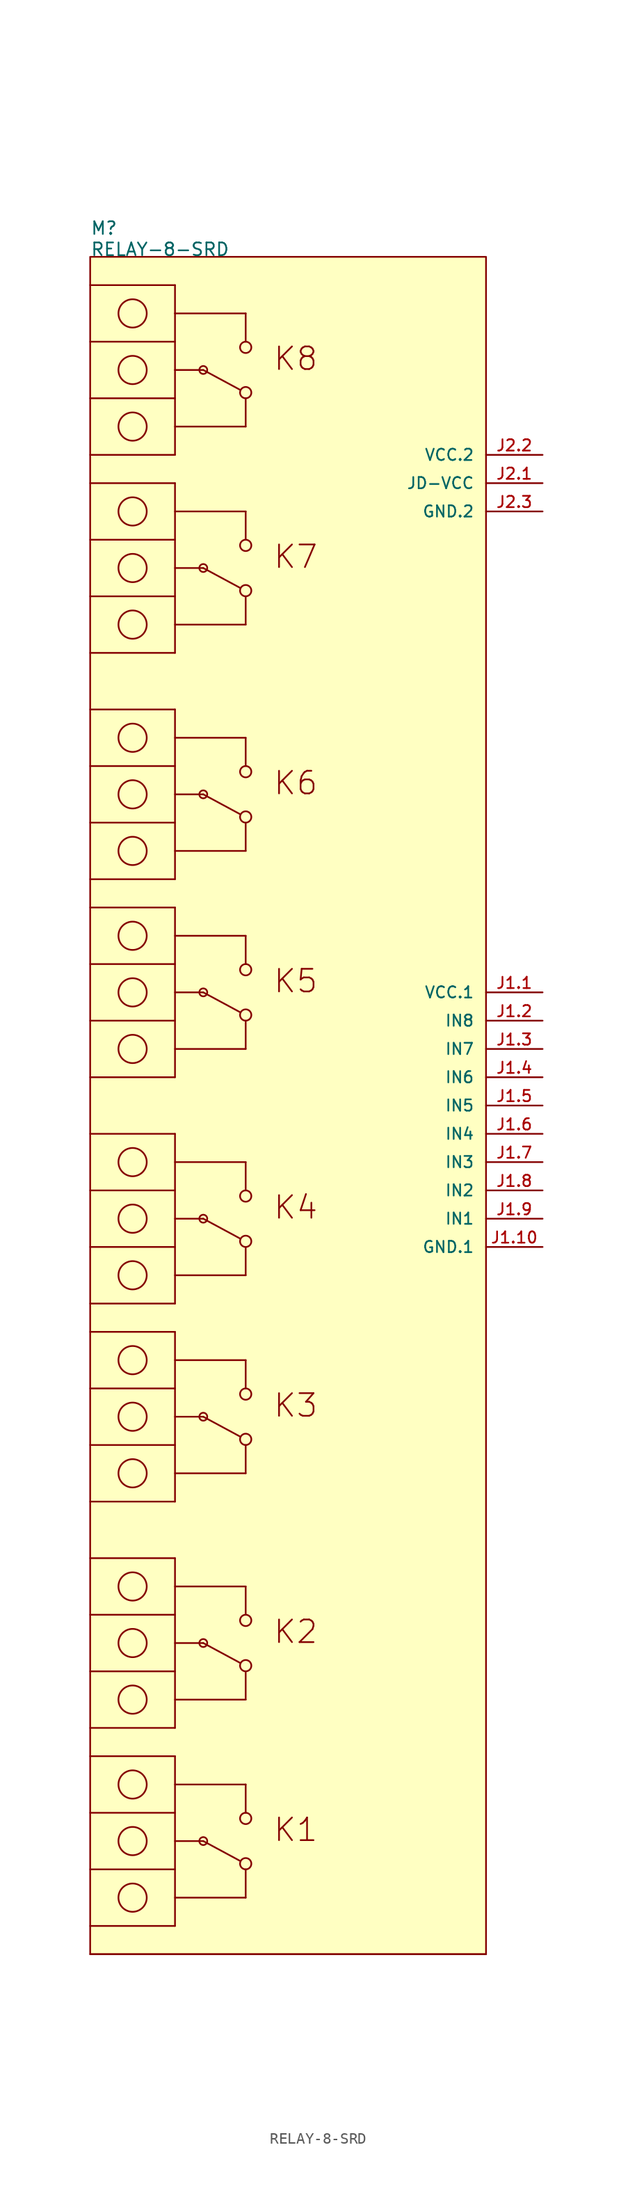
<source format=kicad_sym>
(kicad_symbol_lib
  (version 20211014)
  (generator kicad_symbol_editor)
  (symbol "RELAY-8-SRD"
    (pin_names
      (offset 1.016))
    (property "Reference" "M"
      (at -17.78 78.105 0)
      (effects (font (size 1.143 1.143)) (justify left bottom)))
    (property "Value" "RELAY-8-SRD"
      (at -17.78 76.2 0)
      (effects (font (size 1.143 1.143)) (justify left bottom)))
    (property "ki_locked" ""
      (at 0 0 0)
      (effects (font (size 1.27 1.27))))
    (symbol "RELAY-8-SRD_1_0"
      (polyline (pts (xy -17.78 -73.66) (xy -10.16 -73.66)) (stroke (width 0) (type default) (color 0 0 0 0)) (fill (type none)))
      (polyline (pts (xy -17.78 -55.88) (xy -10.16 -55.88)) (stroke (width 0) (type default) (color 0 0 0 0)) (fill (type none)))
      (polyline (pts (xy -17.78 -35.56) (xy -10.16 -35.56)) (stroke (width 0) (type default) (color 0 0 0 0)) (fill (type none)))
      (polyline (pts (xy -17.78 -17.78) (xy -10.16 -17.78)) (stroke (width 0) (type default) (color 0 0 0 0)) (fill (type none)))
      (polyline (pts (xy -17.78 2.54) (xy -10.16 2.54)) (stroke (width 0) (type default) (color 0 0 0 0)) (fill (type none)))
      (polyline (pts (xy -17.78 20.32) (xy -10.16 20.32)) (stroke (width 0) (type default) (color 0 0 0 0)) (fill (type none)))
      (polyline (pts (xy -17.78 40.64) (xy -10.16 40.64)) (stroke (width 0) (type default) (color 0 0 0 0)) (fill (type none)))
      (polyline (pts (xy -17.78 63.5) (xy -10.16 63.5)) (stroke (width 0) (type default) (color 0 0 0 0)) (fill (type none)))
      (polyline (pts (xy -17.78 68.58) (xy -10.16 68.58)) (stroke (width 0) (type default) (color 0 0 0 0)) (fill (type none)))
      (polyline (pts (xy -17.78 73.66) (xy -10.16 73.66)) (stroke (width 0) (type default) (color 0 0 0 0)) (fill (type none)))
      (polyline (pts (xy -10.16 -73.66) (xy -10.16 -68.58)) (stroke (width 0) (type default) (color 0 0 0 0)) (fill (type none)))
      (polyline (pts (xy -10.16 -71.12) (xy -3.81 -71.12)) (stroke (width 0) (type default) (color 0 0 0 0)) (fill (type none)))
      (polyline (pts (xy -10.16 -68.58) (xy -17.78 -68.58)) (stroke (width 0) (type default) (color 0 0 0 0)) (fill (type none)))
      (polyline (pts (xy -10.16 -68.58) (xy -10.16 -63.5)) (stroke (width 0) (type default) (color 0 0 0 0)) (fill (type none)))
      (polyline (pts (xy -10.16 -66.04) (xy -7.62 -66.04)) (stroke (width 0) (type default) (color 0 0 0 0)) (fill (type none)))
      (polyline (pts (xy -10.16 -63.5) (xy -17.78 -63.5)) (stroke (width 0) (type default) (color 0 0 0 0)) (fill (type none)))
      (polyline (pts (xy -10.16 -63.5) (xy -10.16 -58.42)) (stroke (width 0) (type default) (color 0 0 0 0)) (fill (type none)))
      (polyline (pts (xy -10.16 -60.96) (xy -3.81 -60.96)) (stroke (width 0) (type default) (color 0 0 0 0)) (fill (type none)))
      (polyline (pts (xy -10.16 -58.42) (xy -17.78 -58.42)) (stroke (width 0) (type default) (color 0 0 0 0)) (fill (type none)))
      (polyline (pts (xy -10.16 -55.88) (xy -10.16 -50.8)) (stroke (width 0) (type default) (color 0 0 0 0)) (fill (type none)))
      (polyline (pts (xy -10.16 -53.34) (xy -3.81 -53.34)) (stroke (width 0) (type default) (color 0 0 0 0)) (fill (type none)))
      (polyline (pts (xy -10.16 -50.8) (xy -17.78 -50.8)) (stroke (width 0) (type default) (color 0 0 0 0)) (fill (type none)))
      (polyline (pts (xy -10.16 -50.8) (xy -10.16 -45.72)) (stroke (width 0) (type default) (color 0 0 0 0)) (fill (type none)))
      (polyline (pts (xy -10.16 -48.26) (xy -7.62 -48.26)) (stroke (width 0) (type default) (color 0 0 0 0)) (fill (type none)))
      (polyline (pts (xy -10.16 -45.72) (xy -17.78 -45.72)) (stroke (width 0) (type default) (color 0 0 0 0)) (fill (type none)))
      (polyline (pts (xy -10.16 -45.72) (xy -10.16 -40.64)) (stroke (width 0) (type default) (color 0 0 0 0)) (fill (type none)))
      (polyline (pts (xy -10.16 -43.18) (xy -3.81 -43.18)) (stroke (width 0) (type default) (color 0 0 0 0)) (fill (type none)))
      (polyline (pts (xy -10.16 -40.64) (xy -17.78 -40.64)) (stroke (width 0) (type default) (color 0 0 0 0)) (fill (type none)))
      (polyline (pts (xy -10.16 -35.56) (xy -10.16 -30.48)) (stroke (width 0) (type default) (color 0 0 0 0)) (fill (type none)))
      (polyline (pts (xy -10.16 -33.02) (xy -3.81 -33.02)) (stroke (width 0) (type default) (color 0 0 0 0)) (fill (type none)))
      (polyline (pts (xy -10.16 -30.48) (xy -17.78 -30.48)) (stroke (width 0) (type default) (color 0 0 0 0)) (fill (type none)))
      (polyline (pts (xy -10.16 -30.48) (xy -10.16 -25.4)) (stroke (width 0) (type default) (color 0 0 0 0)) (fill (type none)))
      (polyline (pts (xy -10.16 -27.94) (xy -7.62 -27.94)) (stroke (width 0) (type default) (color 0 0 0 0)) (fill (type none)))
      (polyline (pts (xy -10.16 -25.4) (xy -17.78 -25.4)) (stroke (width 0) (type default) (color 0 0 0 0)) (fill (type none)))
      (polyline (pts (xy -10.16 -25.4) (xy -10.16 -20.32)) (stroke (width 0) (type default) (color 0 0 0 0)) (fill (type none)))
      (polyline (pts (xy -10.16 -22.86) (xy -3.81 -22.86)) (stroke (width 0) (type default) (color 0 0 0 0)) (fill (type none)))
      (polyline (pts (xy -10.16 -20.32) (xy -17.78 -20.32)) (stroke (width 0) (type default) (color 0 0 0 0)) (fill (type none)))
      (polyline (pts (xy -10.16 -17.78) (xy -10.16 -12.7)) (stroke (width 0) (type default) (color 0 0 0 0)) (fill (type none)))
      (polyline (pts (xy -10.16 -15.24) (xy -3.81 -15.24)) (stroke (width 0) (type default) (color 0 0 0 0)) (fill (type none)))
      (polyline (pts (xy -10.16 -12.7) (xy -17.78 -12.7)) (stroke (width 0) (type default) (color 0 0 0 0)) (fill (type none)))
      (polyline (pts (xy -10.16 -12.7) (xy -10.16 -7.62)) (stroke (width 0) (type default) (color 0 0 0 0)) (fill (type none)))
      (polyline (pts (xy -10.16 -10.16) (xy -7.62 -10.16)) (stroke (width 0) (type default) (color 0 0 0 0)) (fill (type none)))
      (polyline (pts (xy -10.16 -7.62) (xy -17.78 -7.62)) (stroke (width 0) (type default) (color 0 0 0 0)) (fill (type none)))
      (polyline (pts (xy -10.16 -7.62) (xy -10.16 -2.54)) (stroke (width 0) (type default) (color 0 0 0 0)) (fill (type none)))
      (polyline (pts (xy -10.16 -5.08) (xy -3.81 -5.08)) (stroke (width 0) (type default) (color 0 0 0 0)) (fill (type none)))
      (polyline (pts (xy -10.16 -2.54) (xy -17.78 -2.54)) (stroke (width 0) (type default) (color 0 0 0 0)) (fill (type none)))
      (polyline (pts (xy -10.16 2.54) (xy -10.16 7.62)) (stroke (width 0) (type default) (color 0 0 0 0)) (fill (type none)))
      (polyline (pts (xy -10.16 5.08) (xy -3.81 5.08)) (stroke (width 0) (type default) (color 0 0 0 0)) (fill (type none)))
      (polyline (pts (xy -10.16 7.62) (xy -17.78 7.62)) (stroke (width 0) (type default) (color 0 0 0 0)) (fill (type none)))
      (polyline (pts (xy -10.16 7.62) (xy -10.16 12.7)) (stroke (width 0) (type default) (color 0 0 0 0)) (fill (type none)))
      (polyline (pts (xy -10.16 10.16) (xy -7.62 10.16)) (stroke (width 0) (type default) (color 0 0 0 0)) (fill (type none)))
      (polyline (pts (xy -10.16 12.7) (xy -17.78 12.7)) (stroke (width 0) (type default) (color 0 0 0 0)) (fill (type none)))
      (polyline (pts (xy -10.16 12.7) (xy -10.16 17.78)) (stroke (width 0) (type default) (color 0 0 0 0)) (fill (type none)))
      (polyline (pts (xy -10.16 15.24) (xy -3.81 15.24)) (stroke (width 0) (type default) (color 0 0 0 0)) (fill (type none)))
      (polyline (pts (xy -10.16 17.78) (xy -17.78 17.78)) (stroke (width 0) (type default) (color 0 0 0 0)) (fill (type none)))
      (polyline (pts (xy -10.16 20.32) (xy -10.16 25.4)) (stroke (width 0) (type default) (color 0 0 0 0)) (fill (type none)))
      (polyline (pts (xy -10.16 22.86) (xy -3.81 22.86)) (stroke (width 0) (type default) (color 0 0 0 0)) (fill (type none)))
      (polyline (pts (xy -10.16 25.4) (xy -17.78 25.4)) (stroke (width 0) (type default) (color 0 0 0 0)) (fill (type none)))
      (polyline (pts (xy -10.16 25.4) (xy -10.16 30.48)) (stroke (width 0) (type default) (color 0 0 0 0)) (fill (type none)))
      (polyline (pts (xy -10.16 27.94) (xy -7.62 27.94)) (stroke (width 0) (type default) (color 0 0 0 0)) (fill (type none)))
      (polyline (pts (xy -10.16 30.48) (xy -17.78 30.48)) (stroke (width 0) (type default) (color 0 0 0 0)) (fill (type none)))
      (polyline (pts (xy -10.16 30.48) (xy -10.16 35.56)) (stroke (width 0) (type default) (color 0 0 0 0)) (fill (type none)))
      (polyline (pts (xy -10.16 33.02) (xy -3.81 33.02)) (stroke (width 0) (type default) (color 0 0 0 0)) (fill (type none)))
      (polyline (pts (xy -10.16 35.56) (xy -17.78 35.56)) (stroke (width 0) (type default) (color 0 0 0 0)) (fill (type none)))
      (polyline (pts (xy -10.16 40.64) (xy -10.16 45.72)) (stroke (width 0) (type default) (color 0 0 0 0)) (fill (type none)))
      (polyline (pts (xy -10.16 43.18) (xy -3.81 43.18)) (stroke (width 0) (type default) (color 0 0 0 0)) (fill (type none)))
      (polyline (pts (xy -10.16 45.72) (xy -17.78 45.72)) (stroke (width 0) (type default) (color 0 0 0 0)) (fill (type none)))
      (polyline (pts (xy -10.16 45.72) (xy -10.16 50.8)) (stroke (width 0) (type default) (color 0 0 0 0)) (fill (type none)))
      (polyline (pts (xy -10.16 48.26) (xy -7.62 48.26)) (stroke (width 0) (type default) (color 0 0 0 0)) (fill (type none)))
      (polyline (pts (xy -10.16 50.8) (xy -17.78 50.8)) (stroke (width 0) (type default) (color 0 0 0 0)) (fill (type none)))
      (polyline (pts (xy -10.16 50.8) (xy -10.16 55.88)) (stroke (width 0) (type default) (color 0 0 0 0)) (fill (type none)))
      (polyline (pts (xy -10.16 53.34) (xy -3.81 53.34)) (stroke (width 0) (type default) (color 0 0 0 0)) (fill (type none)))
      (polyline (pts (xy -10.16 55.88) (xy -17.78 55.88)) (stroke (width 0) (type default) (color 0 0 0 0)) (fill (type none)))
      (polyline (pts (xy -10.16 58.42) (xy -17.78 58.42)) (stroke (width 0) (type default) (color 0 0 0 0)) (fill (type none)))
      (polyline (pts (xy -10.16 60.96) (xy -3.81 60.96)) (stroke (width 0) (type default) (color 0 0 0 0)) (fill (type none)))
      (polyline (pts (xy -10.16 63.5) (xy -10.16 58.42)) (stroke (width 0) (type default) (color 0 0 0 0)) (fill (type none)))
      (polyline (pts (xy -10.16 66.04) (xy -10.16 63.5)) (stroke (width 0) (type default) (color 0 0 0 0)) (fill (type none)))
      (polyline (pts (xy -10.16 66.04) (xy -7.62 66.04)) (stroke (width 0) (type default) (color 0 0 0 0)) (fill (type none)))
      (polyline (pts (xy -10.16 68.58) (xy -10.16 66.04)) (stroke (width 0) (type default) (color 0 0 0 0)) (fill (type none)))
      (polyline (pts (xy -10.16 71.12) (xy -10.16 68.58)) (stroke (width 0) (type default) (color 0 0 0 0)) (fill (type none)))
      (polyline (pts (xy -10.16 71.12) (xy -3.81 71.12)) (stroke (width 0) (type default) (color 0 0 0 0)) (fill (type none)))
      (polyline (pts (xy -10.16 73.66) (xy -10.16 71.12)) (stroke (width 0) (type default) (color 0 0 0 0)) (fill (type none)))
      (polyline (pts (xy -7.62 -66.04) (xy -4.318 -67.818)) (stroke (width 0) (type default) (color 0 0 0 0)) (fill (type none)))
      (polyline (pts (xy -7.62 -48.26) (xy -4.318 -50.038)) (stroke (width 0) (type default) (color 0 0 0 0)) (fill (type none)))
      (polyline (pts (xy -7.62 -27.94) (xy -4.318 -29.718)) (stroke (width 0) (type default) (color 0 0 0 0)) (fill (type none)))
      (polyline (pts (xy -7.62 -10.16) (xy -4.318 -11.938)) (stroke (width 0) (type default) (color 0 0 0 0)) (fill (type none)))
      (polyline (pts (xy -7.62 10.16) (xy -4.318 8.382)) (stroke (width 0) (type default) (color 0 0 0 0)) (fill (type none)))
      (polyline (pts (xy -7.62 27.94) (xy -4.318 26.162)) (stroke (width 0) (type default) (color 0 0 0 0)) (fill (type none)))
      (polyline (pts (xy -7.62 48.26) (xy -4.318 46.482)) (stroke (width 0) (type default) (color 0 0 0 0)) (fill (type none)))
      (polyline (pts (xy -7.62 66.04) (xy -4.318 64.262)) (stroke (width 0) (type default) (color 0 0 0 0)) (fill (type none)))
      (polyline (pts (xy -3.81 -71.12) (xy -3.81 -68.58)) (stroke (width 0) (type default) (color 0 0 0 0)) (fill (type none)))
      (polyline (pts (xy -3.81 -60.96) (xy -3.81 -63.5)) (stroke (width 0) (type default) (color 0 0 0 0)) (fill (type none)))
      (polyline (pts (xy -3.81 -53.34) (xy -3.81 -50.8)) (stroke (width 0) (type default) (color 0 0 0 0)) (fill (type none)))
      (polyline (pts (xy -3.81 -43.18) (xy -3.81 -45.72)) (stroke (width 0) (type default) (color 0 0 0 0)) (fill (type none)))
      (polyline (pts (xy -3.81 -33.02) (xy -3.81 -30.48)) (stroke (width 0) (type default) (color 0 0 0 0)) (fill (type none)))
      (polyline (pts (xy -3.81 -22.86) (xy -3.81 -25.4)) (stroke (width 0) (type default) (color 0 0 0 0)) (fill (type none)))
      (polyline (pts (xy -3.81 -15.24) (xy -3.81 -12.7)) (stroke (width 0) (type default) (color 0 0 0 0)) (fill (type none)))
      (polyline (pts (xy -3.81 -5.08) (xy -3.81 -7.62)) (stroke (width 0) (type default) (color 0 0 0 0)) (fill (type none)))
      (polyline (pts (xy -3.81 5.08) (xy -3.81 7.62)) (stroke (width 0) (type default) (color 0 0 0 0)) (fill (type none)))
      (polyline (pts (xy -3.81 15.24) (xy -3.81 12.7)) (stroke (width 0) (type default) (color 0 0 0 0)) (fill (type none)))
      (polyline (pts (xy -3.81 22.86) (xy -3.81 25.4)) (stroke (width 0) (type default) (color 0 0 0 0)) (fill (type none)))
      (polyline (pts (xy -3.81 33.02) (xy -3.81 30.48)) (stroke (width 0) (type default) (color 0 0 0 0)) (fill (type none)))
      (polyline (pts (xy -3.81 43.18) (xy -3.81 45.72)) (stroke (width 0) (type default) (color 0 0 0 0)) (fill (type none)))
      (polyline (pts (xy -3.81 53.34) (xy -3.81 50.8)) (stroke (width 0) (type default) (color 0 0 0 0)) (fill (type none)))
      (polyline (pts (xy -3.81 60.96) (xy -3.81 63.5)) (stroke (width 0) (type default) (color 0 0 0 0)) (fill (type none)))
      (polyline (pts (xy -3.81 71.12) (xy -3.81 68.58)) (stroke (width 0) (type default) (color 0 0 0 0)) (fill (type none)))
      (polyline (pts (xy 17.78 -76.2) (xy -17.78 -76.2)) (stroke (width 0) (type default) (color 0 0 0 0)) (fill (type none)))
      (text "K1" (at 0.686 -65.024 0) (effects (font (size 2.032 2.032))))
      (text "K2" (at 0.686 -47.244 0) (effects (font (size 2.032 2.032))))
      (text "K3" (at 0.686 -26.924 0) (effects (font (size 2.032 2.032))))
      (text "K4" (at 0.686 -9.144 0) (effects (font (size 2.032 2.032))))
      (text "K5" (at 0.686 11.176 0) (effects (font (size 2.032 2.032))))
      (text "K6" (at 0.686 28.956 0) (effects (font (size 2.032 2.032))))
      (text "K7" (at 0.686 49.276 0) (effects (font (size 2.032 2.032))))
      (text "K8" (at 0.686 67.056 0) (effects (font (size 2.032 2.032)))))
    (symbol "RELAY-8-SRD_1_1"
      (rectangle (start -17.78 76.2) (end 17.78 -76.2) (stroke (width 0) (type default) (color 0 0 0 0)) (fill (type background)))
      (circle (center -13.97 -71.12) (radius 1.27) (stroke (width 0) (type default) (color 0 0 0 0)) (fill (type none)))
      (circle (center -13.97 -66.04) (radius 1.27) (stroke (width 0) (type default) (color 0 0 0 0)) (fill (type none)))
      (circle (center -13.97 -60.96) (radius 1.27) (stroke (width 0) (type default) (color 0 0 0 0)) (fill (type none)))
      (circle (center -13.97 -53.34) (radius 1.27) (stroke (width 0) (type default) (color 0 0 0 0)) (fill (type none)))
      (circle (center -13.97 -48.26) (radius 1.27) (stroke (width 0) (type default) (color 0 0 0 0)) (fill (type none)))
      (circle (center -13.97 -43.18) (radius 1.27) (stroke (width 0) (type default) (color 0 0 0 0)) (fill (type none)))
      (circle (center -13.97 -33.02) (radius 1.27) (stroke (width 0) (type default) (color 0 0 0 0)) (fill (type none)))
      (circle (center -13.97 -27.94) (radius 1.27) (stroke (width 0) (type default) (color 0 0 0 0)) (fill (type none)))
      (circle (center -13.97 -22.86) (radius 1.27) (stroke (width 0) (type default) (color 0 0 0 0)) (fill (type none)))
      (circle (center -13.97 -15.24) (radius 1.27) (stroke (width 0) (type default) (color 0 0 0 0)) (fill (type none)))
      (circle (center -13.97 -10.16) (radius 1.27) (stroke (width 0) (type default) (color 0 0 0 0)) (fill (type none)))
      (circle (center -13.97 -5.08) (radius 1.27) (stroke (width 0) (type default) (color 0 0 0 0)) (fill (type none)))
      (circle (center -13.97 5.08) (radius 1.27) (stroke (width 0) (type default) (color 0 0 0 0)) (fill (type none)))
      (circle (center -13.97 10.16) (radius 1.27) (stroke (width 0) (type default) (color 0 0 0 0)) (fill (type none)))
      (circle (center -13.97 15.24) (radius 1.27) (stroke (width 0) (type default) (color 0 0 0 0)) (fill (type none)))
      (circle (center -13.97 22.86) (radius 1.27) (stroke (width 0) (type default) (color 0 0 0 0)) (fill (type none)))
      (circle (center -13.97 27.94) (radius 1.27) (stroke (width 0) (type default) (color 0 0 0 0)) (fill (type none)))
      (circle (center -13.97 33.02) (radius 1.27) (stroke (width 0) (type default) (color 0 0 0 0)) (fill (type none)))
      (circle (center -13.97 43.18) (radius 1.27) (stroke (width 0) (type default) (color 0 0 0 0)) (fill (type none)))
      (circle (center -13.97 48.26) (radius 1.27) (stroke (width 0) (type default) (color 0 0 0 0)) (fill (type none)))
      (circle (center -13.97 53.34) (radius 1.27) (stroke (width 0) (type default) (color 0 0 0 0)) (fill (type none)))
      (circle (center -13.97 60.96) (radius 1.27) (stroke (width 0) (type default) (color 0 0 0 0)) (fill (type none)))
      (circle (center -13.97 66.04) (radius 1.27) (stroke (width 0) (type default) (color 0 0 0 0)) (fill (type none)))
      (circle (center -13.97 71.12) (radius 1.27) (stroke (width 0) (type default) (color 0 0 0 0)) (fill (type none)))
      (circle (center -7.62 -66.04) (radius 0.356) (stroke (width 0) (type default) (color 0 0 0 0)) (fill (type none)))
      (circle (center -7.62 -48.26) (radius 0.356) (stroke (width 0) (type default) (color 0 0 0 0)) (fill (type none)))
      (circle (center -7.62 -27.94) (radius 0.356) (stroke (width 0) (type default) (color 0 0 0 0)) (fill (type none)))
      (circle (center -7.62 -10.16) (radius 0.356) (stroke (width 0) (type default) (color 0 0 0 0)) (fill (type none)))
      (circle (center -7.62 10.16) (radius 0.356) (stroke (width 0) (type default) (color 0 0 0 0)) (fill (type none)))
      (circle (center -7.62 27.94) (radius 0.356) (stroke (width 0) (type default) (color 0 0 0 0)) (fill (type none)))
      (circle (center -7.62 48.26) (radius 0.356) (stroke (width 0) (type default) (color 0 0 0 0)) (fill (type none)))
      (circle (center -7.62 66.04) (radius 0.356) (stroke (width 0) (type default) (color 0 0 0 0)) (fill (type none)))
      (circle (center -3.81 -68.072) (radius 0.508) (stroke (width 0) (type default) (color 0 0 0 0)) (fill (type none)))
      (circle (center -3.81 -64.008) (radius 0.508) (stroke (width 0) (type default) (color 0 0 0 0)) (fill (type none)))
      (circle (center -3.81 -50.292) (radius 0.508) (stroke (width 0) (type default) (color 0 0 0 0)) (fill (type none)))
      (circle (center -3.81 -46.228) (radius 0.508) (stroke (width 0) (type default) (color 0 0 0 0)) (fill (type none)))
      (circle (center -3.81 -29.972) (radius 0.508) (stroke (width 0) (type default) (color 0 0 0 0)) (fill (type none)))
      (circle (center -3.81 -25.908) (radius 0.508) (stroke (width 0) (type default) (color 0 0 0 0)) (fill (type none)))
      (circle (center -3.81 -12.192) (radius 0.508) (stroke (width 0) (type default) (color 0 0 0 0)) (fill (type none)))
      (circle (center -3.81 -8.128) (radius 0.508) (stroke (width 0) (type default) (color 0 0 0 0)) (fill (type none)))
      (circle (center -3.81 8.128) (radius 0.508) (stroke (width 0) (type default) (color 0 0 0 0)) (fill (type none)))
      (circle (center -3.81 12.192) (radius 0.508) (stroke (width 0) (type default) (color 0 0 0 0)) (fill (type none)))
      (circle (center -3.81 25.908) (radius 0.508) (stroke (width 0) (type default) (color 0 0 0 0)) (fill (type none)))
      (circle (center -3.81 29.972) (radius 0.508) (stroke (width 0) (type default) (color 0 0 0 0)) (fill (type none)))
      (circle (center -3.81 46.228) (radius 0.508) (stroke (width 0) (type default) (color 0 0 0 0)) (fill (type none)))
      (circle (center -3.81 50.292) (radius 0.508) (stroke (width 0) (type default) (color 0 0 0 0)) (fill (type none)))
      (circle (center -3.81 64.008) (radius 0.508) (stroke (width 0) (type default) (color 0 0 0 0)) (fill (type none)))
      (circle (center -3.81 68.072) (radius 0.508) (stroke (width 0) (type default) (color 0 0 0 0)) (fill (type none)))
      (pin power_in line (at 22.86 10.16 180) (length 5.08) (name "VCC.1" (effects (font (size 1.016 1.016)))) (number "J1.1" (effects (font (size 1.016 1.016)))))
      (pin power_in line (at 22.86 -12.7 180) (length 5.08) (name "GND.1" (effects (font (size 1.016 1.016)))) (number "J1.10" (effects (font (size 1.016 1.016)))))
      (pin bidirectional line (at 22.86 7.62 180) (length 5.08) (name "IN8" (effects (font (size 1.016 1.016)))) (number "J1.2" (effects (font (size 1.016 1.016)))))
      (pin bidirectional line (at 22.86 5.08 180) (length 5.08) (name "IN7" (effects (font (size 1.016 1.016)))) (number "J1.3" (effects (font (size 1.016 1.016)))))
      (pin bidirectional line (at 22.86 2.54 180) (length 5.08) (name "IN6" (effects (font (size 1.016 1.016)))) (number "J1.4" (effects (font (size 1.016 1.016)))))
      (pin bidirectional line (at 22.86 0 180) (length 5.08) (name "IN5" (effects (font (size 1.016 1.016)))) (number "J1.5" (effects (font (size 1.016 1.016)))))
      (pin bidirectional line (at 22.86 -2.54 180) (length 5.08) (name "IN4" (effects (font (size 1.016 1.016)))) (number "J1.6" (effects (font (size 1.016 1.016)))))
      (pin bidirectional line (at 22.86 -5.08 180) (length 5.08) (name "IN3" (effects (font (size 1.016 1.016)))) (number "J1.7" (effects (font (size 1.016 1.016)))))
      (pin bidirectional line (at 22.86 -7.62 180) (length 5.08) (name "IN2" (effects (font (size 1.016 1.016)))) (number "J1.8" (effects (font (size 1.016 1.016)))))
      (pin bidirectional line (at 22.86 -10.16 180) (length 5.08) (name "IN1" (effects (font (size 1.016 1.016)))) (number "J1.9" (effects (font (size 1.016 1.016)))))
      (pin bidirectional line (at 22.86 55.88 180) (length 5.08) (name "JD-VCC" (effects (font (size 1.016 1.016)))) (number "J2.1" (effects (font (size 1.016 1.016)))))
      (pin power_in line (at 22.86 58.42 180) (length 5.08) (name "VCC.2" (effects (font (size 1.016 1.016)))) (number "J2.2" (effects (font (size 1.016 1.016)))))
      (pin power_in line (at 22.86 53.34 180) (length 5.08) (name "GND.2" (effects (font (size 1.016 1.016)))) (number "J2.3" (effects (font (size 1.016 1.016))))))))
</source>
